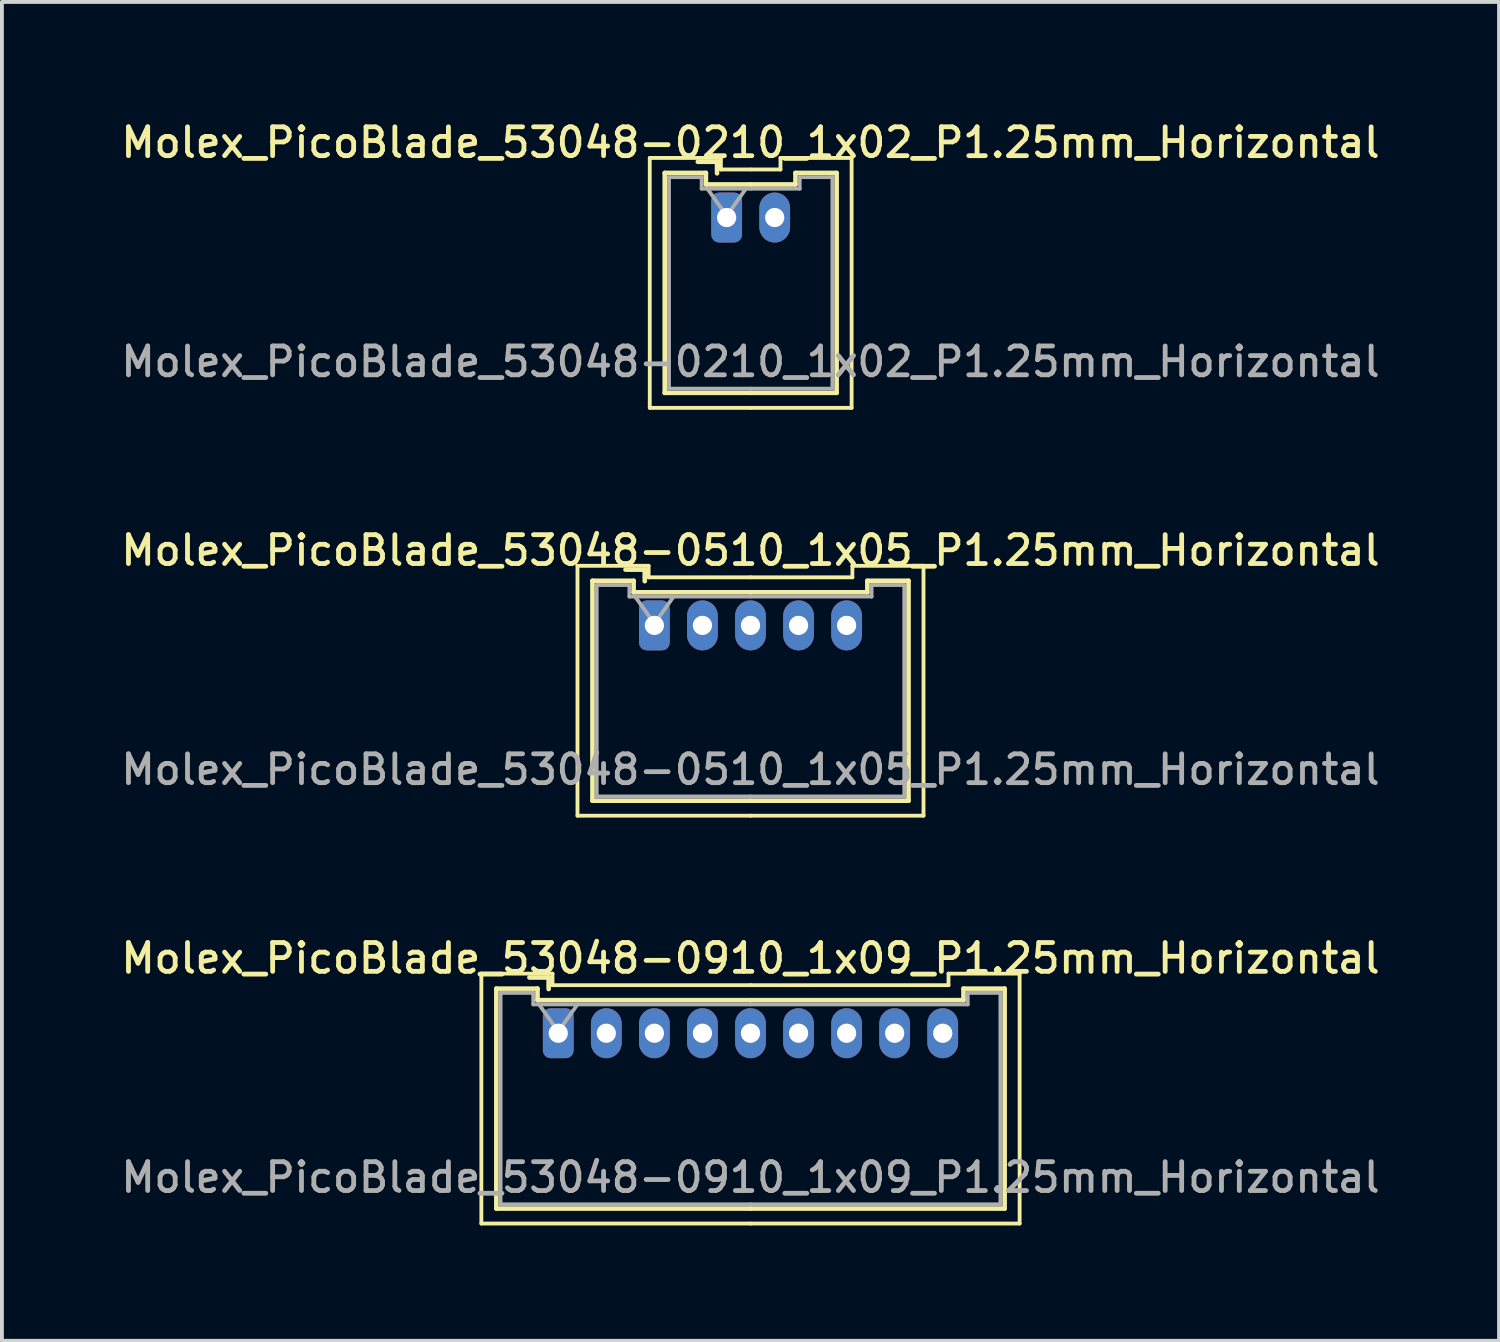
<source format=kicad_pcb>
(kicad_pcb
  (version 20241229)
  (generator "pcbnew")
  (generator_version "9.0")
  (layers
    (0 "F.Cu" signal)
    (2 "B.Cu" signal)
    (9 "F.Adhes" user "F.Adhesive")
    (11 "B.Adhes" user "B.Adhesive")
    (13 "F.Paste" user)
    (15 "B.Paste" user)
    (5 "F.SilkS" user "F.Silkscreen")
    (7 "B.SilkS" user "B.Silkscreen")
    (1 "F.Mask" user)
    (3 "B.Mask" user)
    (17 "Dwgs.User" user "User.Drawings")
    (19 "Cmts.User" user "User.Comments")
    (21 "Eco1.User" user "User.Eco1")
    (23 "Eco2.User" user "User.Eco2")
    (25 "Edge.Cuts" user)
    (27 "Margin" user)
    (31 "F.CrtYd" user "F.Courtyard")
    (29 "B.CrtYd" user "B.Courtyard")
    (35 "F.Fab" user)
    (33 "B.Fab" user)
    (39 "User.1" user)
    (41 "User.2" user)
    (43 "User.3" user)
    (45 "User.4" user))
  (footprint "Molex_PicoBlade_53048-0910_1x09_P1.25mm_Horizontal"
    (layer "F.Cu")
    (at 11.47 23.824)
    (property "Reference" "Molex_PicoBlade_53048-0910_1x09_P1.25mm_Horizontal" (at 5 -1.95 0) (layer "F.SilkS") (effects (font (size 0.75 0.75) (thickness 0.125))))
    (attr through_hole)
    (fp_line (start -2 -1.55) (end -2 4.95) (stroke (width 0.1) (type solid)) (layer "F.SilkS"))
    (fp_line (start -2 4.95) (end 5 4.95) (stroke (width 0.1) (type solid)) (layer "F.SilkS"))
    (fp_line (start -1.61 -1.16) (end -1.61 4.56) (stroke (width 0.12) (type solid)) (layer "F.SilkS"))
    (fp_line (start -1.61 4.56) (end 5 4.56) (stroke (width 0.12) (type solid)) (layer "F.SilkS"))
    (fp_line (start -0.54 -1.16) (end -1.61 -1.16) (stroke (width 0.12) (type solid)) (layer "F.SilkS"))
    (fp_line (start -0.54 -0.86) (end -0.54 -1.16) (stroke (width 0.12) (type solid)) (layer "F.SilkS"))
    (fp_line (start -0.25 -1.45) (end -0.75 -1.45) (stroke (width 0.12) (type solid)) (layer "F.SilkS"))
    (fp_line (start -0.25 -1.15) (end -0.25 -1.45) (stroke (width 0.12) (type solid)) (layer "F.SilkS"))
    (fp_line (start -0.15 -1.55) (end -2 -1.55) (stroke (width 0.1) (type solid)) (layer "F.SilkS"))
    (fp_line (start -0.15 -1.25) (end -0.15 -1.55) (stroke (width 0.1) (type solid)) (layer "F.SilkS"))
    (fp_line (start 5 -1.25) (end -0.15 -1.25) (stroke (width 0.1) (type solid)) (layer "F.SilkS"))
    (fp_line (start 5 -1.25) (end 10.15 -1.25) (stroke (width 0.1) (type solid)) (layer "F.SilkS"))
    (fp_line (start 5 -0.86) (end -0.54 -0.86) (stroke (width 0.12) (type solid)) (layer "F.SilkS"))
    (fp_line (start 5 -0.86) (end 10.54 -0.86) (stroke (width 0.12) (type solid)) (layer "F.SilkS"))
    (fp_line (start 10.15 -1.55) (end 12 -1.55) (stroke (width 0.1) (type solid)) (layer "F.SilkS"))
    (fp_line (start 10.15 -1.25) (end 10.15 -1.55) (stroke (width 0.1) (type solid)) (layer "F.SilkS"))
    (fp_line (start 10.54 -1.16) (end 11.61 -1.16) (stroke (width 0.12) (type solid)) (layer "F.SilkS"))
    (fp_line (start 10.54 -0.86) (end 10.54 -1.16) (stroke (width 0.12) (type solid)) (layer "F.SilkS"))
    (fp_line (start 11.61 -1.16) (end 11.61 4.56) (stroke (width 0.12) (type solid)) (layer "F.SilkS"))
    (fp_line (start 11.61 4.56) (end 5 4.56) (stroke (width 0.12) (type solid)) (layer "F.SilkS"))
    (fp_line (start 12 -1.55) (end 12 4.95) (stroke (width 0.1) (type solid)) (layer "F.SilkS"))
    (fp_line (start 12 4.95) (end 5 4.95) (stroke (width 0.1) (type solid)) (layer "F.SilkS"))
    (fp_line (start -1.5 -1.05) (end -1.5 4.45) (stroke (width 0.1) (type solid)) (layer "F.Fab"))
    (fp_line (start -1.5 4.45) (end 5 4.45) (stroke (width 0.1) (type solid)) (layer "F.Fab"))
    (fp_line (start -0.65 -1.05) (end -1.5 -1.05) (stroke (width 0.1) (type solid)) (layer "F.Fab"))
    (fp_line (start -0.65 -0.75) (end -0.65 -1.05) (stroke (width 0.1) (type solid)) (layer "F.Fab"))
    (fp_line (start -0.5 -0.75) (end 0 -0.043) (stroke (width 0.1) (type solid)) (layer "F.Fab"))
    (fp_line (start 0 -0.043) (end 0.5 -0.75) (stroke (width 0.1) (type solid)) (layer "F.Fab"))
    (fp_line (start 5 -0.75) (end -0.65 -0.75) (stroke (width 0.1) (type solid)) (layer "F.Fab"))
    (fp_line (start 5 -0.75) (end 10.65 -0.75) (stroke (width 0.1) (type solid)) (layer "F.Fab"))
    (fp_line (start 10.65 -1.05) (end 11.5 -1.05) (stroke (width 0.1) (type solid)) (layer "F.Fab"))
    (fp_line (start 10.65 -0.75) (end 10.65 -1.05) (stroke (width 0.1) (type solid)) (layer "F.Fab"))
    (fp_line (start 11.5 -1.05) (end 11.5 4.45) (stroke (width 0.1) (type solid)) (layer "F.Fab"))
    (fp_line (start 11.5 4.45) (end 5 4.45) (stroke (width 0.1) (type solid)) (layer "F.Fab"))
    (fp_text user "${REFERENCE}" (at 5 3.75 0) (layer "F.Fab") (effects (font (size 0.75 0.75) (thickness 0.125))))
    (pad "1" thru_hole roundrect (at 0 0) (size 0.8 1.3) (drill 0.5) (layers "*.Cu" "*.Mask") (roundrect_rratio 0.25))
    (pad "2" thru_hole oval (at 1.25 0) (size 0.8 1.3) (drill 0.5) (layers "*.Cu" "*.Mask"))
    (pad "3" thru_hole oval (at 2.5 0) (size 0.8 1.3) (drill 0.5) (layers "*.Cu" "*.Mask"))
    (pad "4" thru_hole oval (at 3.75 0) (size 0.8 1.3) (drill 0.5) (layers "*.Cu" "*.Mask"))
    (pad "5" thru_hole oval (at 5 0) (size 0.8 1.3) (drill 0.5) (layers "*.Cu" "*.Mask"))
    (pad "6" thru_hole oval (at 6.25 0) (size 0.8 1.3) (drill 0.5) (layers "*.Cu" "*.Mask"))
    (pad "7" thru_hole oval (at 7.5 0) (size 0.8 1.3) (drill 0.5) (layers "*.Cu" "*.Mask"))
    (pad "8" thru_hole oval (at 8.75 0) (size 0.8 1.3) (drill 0.5) (layers "*.Cu" "*.Mask"))
    (pad "9" thru_hole oval (at 10 0) (size 0.8 1.3) (drill 0.5) (layers "*.Cu" "*.Mask")))
  (footprint "Molex_PicoBlade_53048-0210_1x02_P1.25mm_Horizontal"
    (layer "F.Cu")
    (at 15.85 2.608)
    (property "Reference" "Molex_PicoBlade_53048-0210_1x02_P1.25mm_Horizontal" (at 0.62 -1.95 0) (layer "F.SilkS") (effects (font (size 0.75 0.75) (thickness 0.125))))
    (attr through_hole)
    (fp_line (start -2 -1.55) (end -2 4.95) (stroke (width 0.1) (type solid)) (layer "F.SilkS"))
    (fp_line (start -2 4.95) (end 0.62 4.95) (stroke (width 0.1) (type solid)) (layer "F.SilkS"))
    (fp_line (start -1.61 -1.16) (end -1.61 4.56) (stroke (width 0.12) (type solid)) (layer "F.SilkS"))
    (fp_line (start -1.61 4.56) (end 0.625 4.56) (stroke (width 0.12) (type solid)) (layer "F.SilkS"))
    (fp_line (start -0.54 -1.16) (end -1.61 -1.16) (stroke (width 0.12) (type solid)) (layer "F.SilkS"))
    (fp_line (start -0.54 -0.86) (end -0.54 -1.16) (stroke (width 0.12) (type solid)) (layer "F.SilkS"))
    (fp_line (start -0.25 -1.45) (end -0.75 -1.45) (stroke (width 0.12) (type solid)) (layer "F.SilkS"))
    (fp_line (start -0.25 -1.15) (end -0.25 -1.45) (stroke (width 0.12) (type solid)) (layer "F.SilkS"))
    (fp_line (start -0.15 -1.55) (end -2 -1.55) (stroke (width 0.1) (type solid)) (layer "F.SilkS"))
    (fp_line (start -0.15 -1.25) (end -0.15 -1.55) (stroke (width 0.1) (type solid)) (layer "F.SilkS"))
    (fp_line (start 0.62 -1.25) (end -0.15 -1.25) (stroke (width 0.1) (type solid)) (layer "F.SilkS"))
    (fp_line (start 0.625 -0.86) (end -0.54 -0.86) (stroke (width 0.12) (type solid)) (layer "F.SilkS"))
    (fp_line (start 0.625 -0.86) (end 1.79 -0.86) (stroke (width 0.12) (type solid)) (layer "F.SilkS"))
    (fp_line (start 0.63 -1.25) (end 1.4 -1.25) (stroke (width 0.1) (type solid)) (layer "F.SilkS"))
    (fp_line (start 1.4 -1.55) (end 3.25 -1.55) (stroke (width 0.1) (type solid)) (layer "F.SilkS"))
    (fp_line (start 1.4 -1.25) (end 1.4 -1.55) (stroke (width 0.1) (type solid)) (layer "F.SilkS"))
    (fp_line (start 1.79 -1.16) (end 2.86 -1.16) (stroke (width 0.12) (type solid)) (layer "F.SilkS"))
    (fp_line (start 1.79 -0.86) (end 1.79 -1.16) (stroke (width 0.12) (type solid)) (layer "F.SilkS"))
    (fp_line (start 2.86 -1.16) (end 2.86 4.56) (stroke (width 0.12) (type solid)) (layer "F.SilkS"))
    (fp_line (start 2.86 4.56) (end 0.625 4.56) (stroke (width 0.12) (type solid)) (layer "F.SilkS"))
    (fp_line (start 3.25 -1.55) (end 3.25 4.95) (stroke (width 0.1) (type solid)) (layer "F.SilkS"))
    (fp_line (start 3.25 4.95) (end 0.63 4.95) (stroke (width 0.1) (type solid)) (layer "F.SilkS"))
    (fp_line (start -1.5 -1.05) (end -1.5 4.45) (stroke (width 0.1) (type solid)) (layer "F.Fab"))
    (fp_line (start -1.5 4.45) (end 0.625 4.45) (stroke (width 0.1) (type solid)) (layer "F.Fab"))
    (fp_line (start -0.65 -1.05) (end -1.5 -1.05) (stroke (width 0.1) (type solid)) (layer "F.Fab"))
    (fp_line (start -0.65 -0.75) (end -0.65 -1.05) (stroke (width 0.1) (type solid)) (layer "F.Fab"))
    (fp_line (start -0.5 -0.75) (end 0 -0.043) (stroke (width 0.1) (type solid)) (layer "F.Fab"))
    (fp_line (start 0 -0.043) (end 0.5 -0.75) (stroke (width 0.1) (type solid)) (layer "F.Fab"))
    (fp_line (start 0.625 -0.75) (end -0.65 -0.75) (stroke (width 0.1) (type solid)) (layer "F.Fab"))
    (fp_line (start 0.625 -0.75) (end 1.9 -0.75) (stroke (width 0.1) (type solid)) (layer "F.Fab"))
    (fp_line (start 1.9 -1.05) (end 2.75 -1.05) (stroke (width 0.1) (type solid)) (layer "F.Fab"))
    (fp_line (start 1.9 -0.75) (end 1.9 -1.05) (stroke (width 0.1) (type solid)) (layer "F.Fab"))
    (fp_line (start 2.75 -1.05) (end 2.75 4.45) (stroke (width 0.1) (type solid)) (layer "F.Fab"))
    (fp_line (start 2.75 4.45) (end 0.625 4.45) (stroke (width 0.1) (type solid)) (layer "F.Fab"))
    (fp_text user "${REFERENCE}" (at 0.62 3.75 0) (layer "F.Fab") (effects (font (size 0.75 0.75) (thickness 0.125))))
    (pad "1" thru_hole roundrect (at 0 0) (size 0.8 1.3) (drill 0.5) (layers "*.Cu" "*.Mask") (roundrect_rratio 0.25))
    (pad "2" thru_hole oval (at 1.25 0) (size 0.8 1.3) (drill 0.5) (layers "*.Cu" "*.Mask")))
  (footprint "Molex_PicoBlade_53048-0510_1x05_P1.25mm_Horizontal"
    (layer "F.Cu")
    (at 13.97 13.216)
    (property "Reference" "Molex_PicoBlade_53048-0510_1x05_P1.25mm_Horizontal" (at 2.5 -1.95 0) (layer "F.SilkS") (effects (font (size 0.75 0.75) (thickness 0.125))))
    (attr through_hole)
    (fp_line (start -2 -1.55) (end -2 4.95) (stroke (width 0.1) (type solid)) (layer "F.SilkS"))
    (fp_line (start -2 4.95) (end 2.5 4.95) (stroke (width 0.1) (type solid)) (layer "F.SilkS"))
    (fp_line (start -1.61 -1.16) (end -1.61 4.56) (stroke (width 0.12) (type solid)) (layer "F.SilkS"))
    (fp_line (start -1.61 4.56) (end 2.5 4.56) (stroke (width 0.12) (type solid)) (layer "F.SilkS"))
    (fp_line (start -0.54 -1.16) (end -1.61 -1.16) (stroke (width 0.12) (type solid)) (layer "F.SilkS"))
    (fp_line (start -0.54 -0.86) (end -0.54 -1.16) (stroke (width 0.12) (type solid)) (layer "F.SilkS"))
    (fp_line (start -0.25 -1.45) (end -0.75 -1.45) (stroke (width 0.12) (type solid)) (layer "F.SilkS"))
    (fp_line (start -0.25 -1.15) (end -0.25 -1.45) (stroke (width 0.12) (type solid)) (layer "F.SilkS"))
    (fp_line (start -0.15 -1.55) (end -2 -1.55) (stroke (width 0.1) (type solid)) (layer "F.SilkS"))
    (fp_line (start -0.15 -1.25) (end -0.15 -1.55) (stroke (width 0.1) (type solid)) (layer "F.SilkS"))
    (fp_line (start 2.5 -1.25) (end -0.15 -1.25) (stroke (width 0.1) (type solid)) (layer "F.SilkS"))
    (fp_line (start 2.5 -1.25) (end 5.15 -1.25) (stroke (width 0.1) (type solid)) (layer "F.SilkS"))
    (fp_line (start 2.5 -0.86) (end -0.54 -0.86) (stroke (width 0.12) (type solid)) (layer "F.SilkS"))
    (fp_line (start 2.5 -0.86) (end 5.54 -0.86) (stroke (width 0.12) (type solid)) (layer "F.SilkS"))
    (fp_line (start 5.15 -1.55) (end 7 -1.55) (stroke (width 0.1) (type solid)) (layer "F.SilkS"))
    (fp_line (start 5.15 -1.25) (end 5.15 -1.55) (stroke (width 0.1) (type solid)) (layer "F.SilkS"))
    (fp_line (start 5.54 -1.16) (end 6.61 -1.16) (stroke (width 0.12) (type solid)) (layer "F.SilkS"))
    (fp_line (start 5.54 -0.86) (end 5.54 -1.16) (stroke (width 0.12) (type solid)) (layer "F.SilkS"))
    (fp_line (start 6.61 -1.16) (end 6.61 4.56) (stroke (width 0.12) (type solid)) (layer "F.SilkS"))
    (fp_line (start 6.61 4.56) (end 2.5 4.56) (stroke (width 0.12) (type solid)) (layer "F.SilkS"))
    (fp_line (start 7 -1.55) (end 7 4.95) (stroke (width 0.1) (type solid)) (layer "F.SilkS"))
    (fp_line (start 7 4.95) (end 2.5 4.95) (stroke (width 0.1) (type solid)) (layer "F.SilkS"))
    (fp_line (start -1.5 -1.05) (end -1.5 4.45) (stroke (width 0.1) (type solid)) (layer "F.Fab"))
    (fp_line (start -1.5 4.45) (end 2.5 4.45) (stroke (width 0.1) (type solid)) (layer "F.Fab"))
    (fp_line (start -0.65 -1.05) (end -1.5 -1.05) (stroke (width 0.1) (type solid)) (layer "F.Fab"))
    (fp_line (start -0.65 -0.75) (end -0.65 -1.05) (stroke (width 0.1) (type solid)) (layer "F.Fab"))
    (fp_line (start -0.5 -0.75) (end 0 -0.043) (stroke (width 0.1) (type solid)) (layer "F.Fab"))
    (fp_line (start 0 -0.043) (end 0.5 -0.75) (stroke (width 0.1) (type solid)) (layer "F.Fab"))
    (fp_line (start 2.5 -0.75) (end -0.65 -0.75) (stroke (width 0.1) (type solid)) (layer "F.Fab"))
    (fp_line (start 2.5 -0.75) (end 5.65 -0.75) (stroke (width 0.1) (type solid)) (layer "F.Fab"))
    (fp_line (start 5.65 -1.05) (end 6.5 -1.05) (stroke (width 0.1) (type solid)) (layer "F.Fab"))
    (fp_line (start 5.65 -0.75) (end 5.65 -1.05) (stroke (width 0.1) (type solid)) (layer "F.Fab"))
    (fp_line (start 6.5 -1.05) (end 6.5 4.45) (stroke (width 0.1) (type solid)) (layer "F.Fab"))
    (fp_line (start 6.5 4.45) (end 2.5 4.45) (stroke (width 0.1) (type solid)) (layer "F.Fab"))
    (fp_text user "${REFERENCE}" (at 2.5 3.75 0) (layer "F.Fab") (effects (font (size 0.75 0.75) (thickness 0.125))))
    (pad "1" thru_hole roundrect (at 0 0) (size 0.8 1.3) (drill 0.5) (layers "*.Cu" "*.Mask") (roundrect_rratio 0.25))
    (pad "2" thru_hole oval (at 1.25 0) (size 0.8 1.3) (drill 0.5) (layers "*.Cu" "*.Mask"))
    (pad "3" thru_hole oval (at 2.5 0) (size 0.8 1.3) (drill 0.5) (layers "*.Cu" "*.Mask"))
    (pad "4" thru_hole oval (at 3.75 0) (size 0.8 1.3) (drill 0.5) (layers "*.Cu" "*.Mask"))
    (pad "5" thru_hole oval (at 5 0) (size 0.8 1.3) (drill 0.5) (layers "*.Cu" "*.Mask")))
  (gr_rect
    (start -3 -3)
    (end 35.939 31.824)
    (stroke (width 0.1) (type default))
    (fill no)
    (layer "Edge.Cuts")))
</source>
